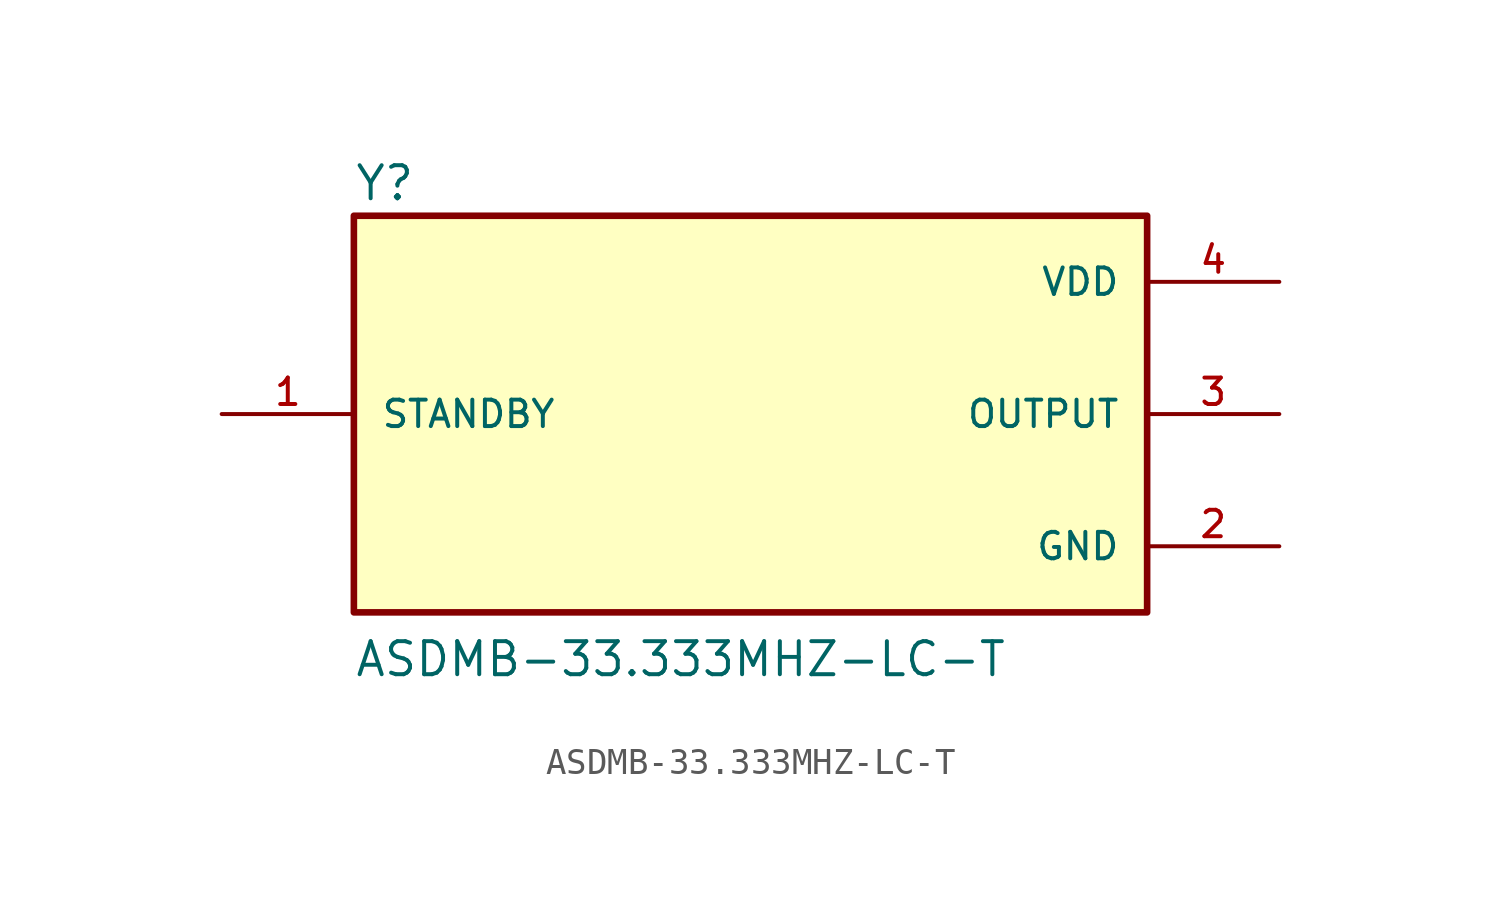
<source format=kicad_sym>
(kicad_symbol_lib
  (version 20211014)
  (generator kicad_symbol_editor)
  (symbol "ASDMB-33.333MHZ-LC-T"
    (pin_names
      (offset 1.016))
    (property "Reference" "Y"
      (at -15.24 8.128 0)
      (effects (font (size 1.27 1.27)) (justify bottom left)))
    (property "Value" "ASDMB-33.333MHZ-LC-T"
      (at -15.24 -10.16 0)
      (effects (font (size 1.27 1.27)) (justify bottom left)))
    (symbol "ASDMB-33.333MHZ-LC-T_0_0"
      (rectangle (start -15.24 -7.62) (end 15.24 7.62) (stroke (width 0.254)) (fill (type background)))
      (pin power_in line (at 20.32 5.08 180.0) (length 5.08) (name "VDD" (effects (font (size 1.016 1.016)))) (number "4" (effects (font (size 1.016 1.016)))))
      (pin input line (at -20.32 0.0 0) (length 5.08) (name "STANDBY" (effects (font (size 1.016 1.016)))) (number "1" (effects (font (size 1.016 1.016)))))
      (pin power_in line (at 20.32 -5.08 180.0) (length 5.08) (name "GND" (effects (font (size 1.016 1.016)))) (number "2" (effects (font (size 1.016 1.016)))))
      (pin output line (at 20.32 0.0 180.0) (length 5.08) (name "OUTPUT" (effects (font (size 1.016 1.016)))) (number "3" (effects (font (size 1.016 1.016))))))))
</source>
